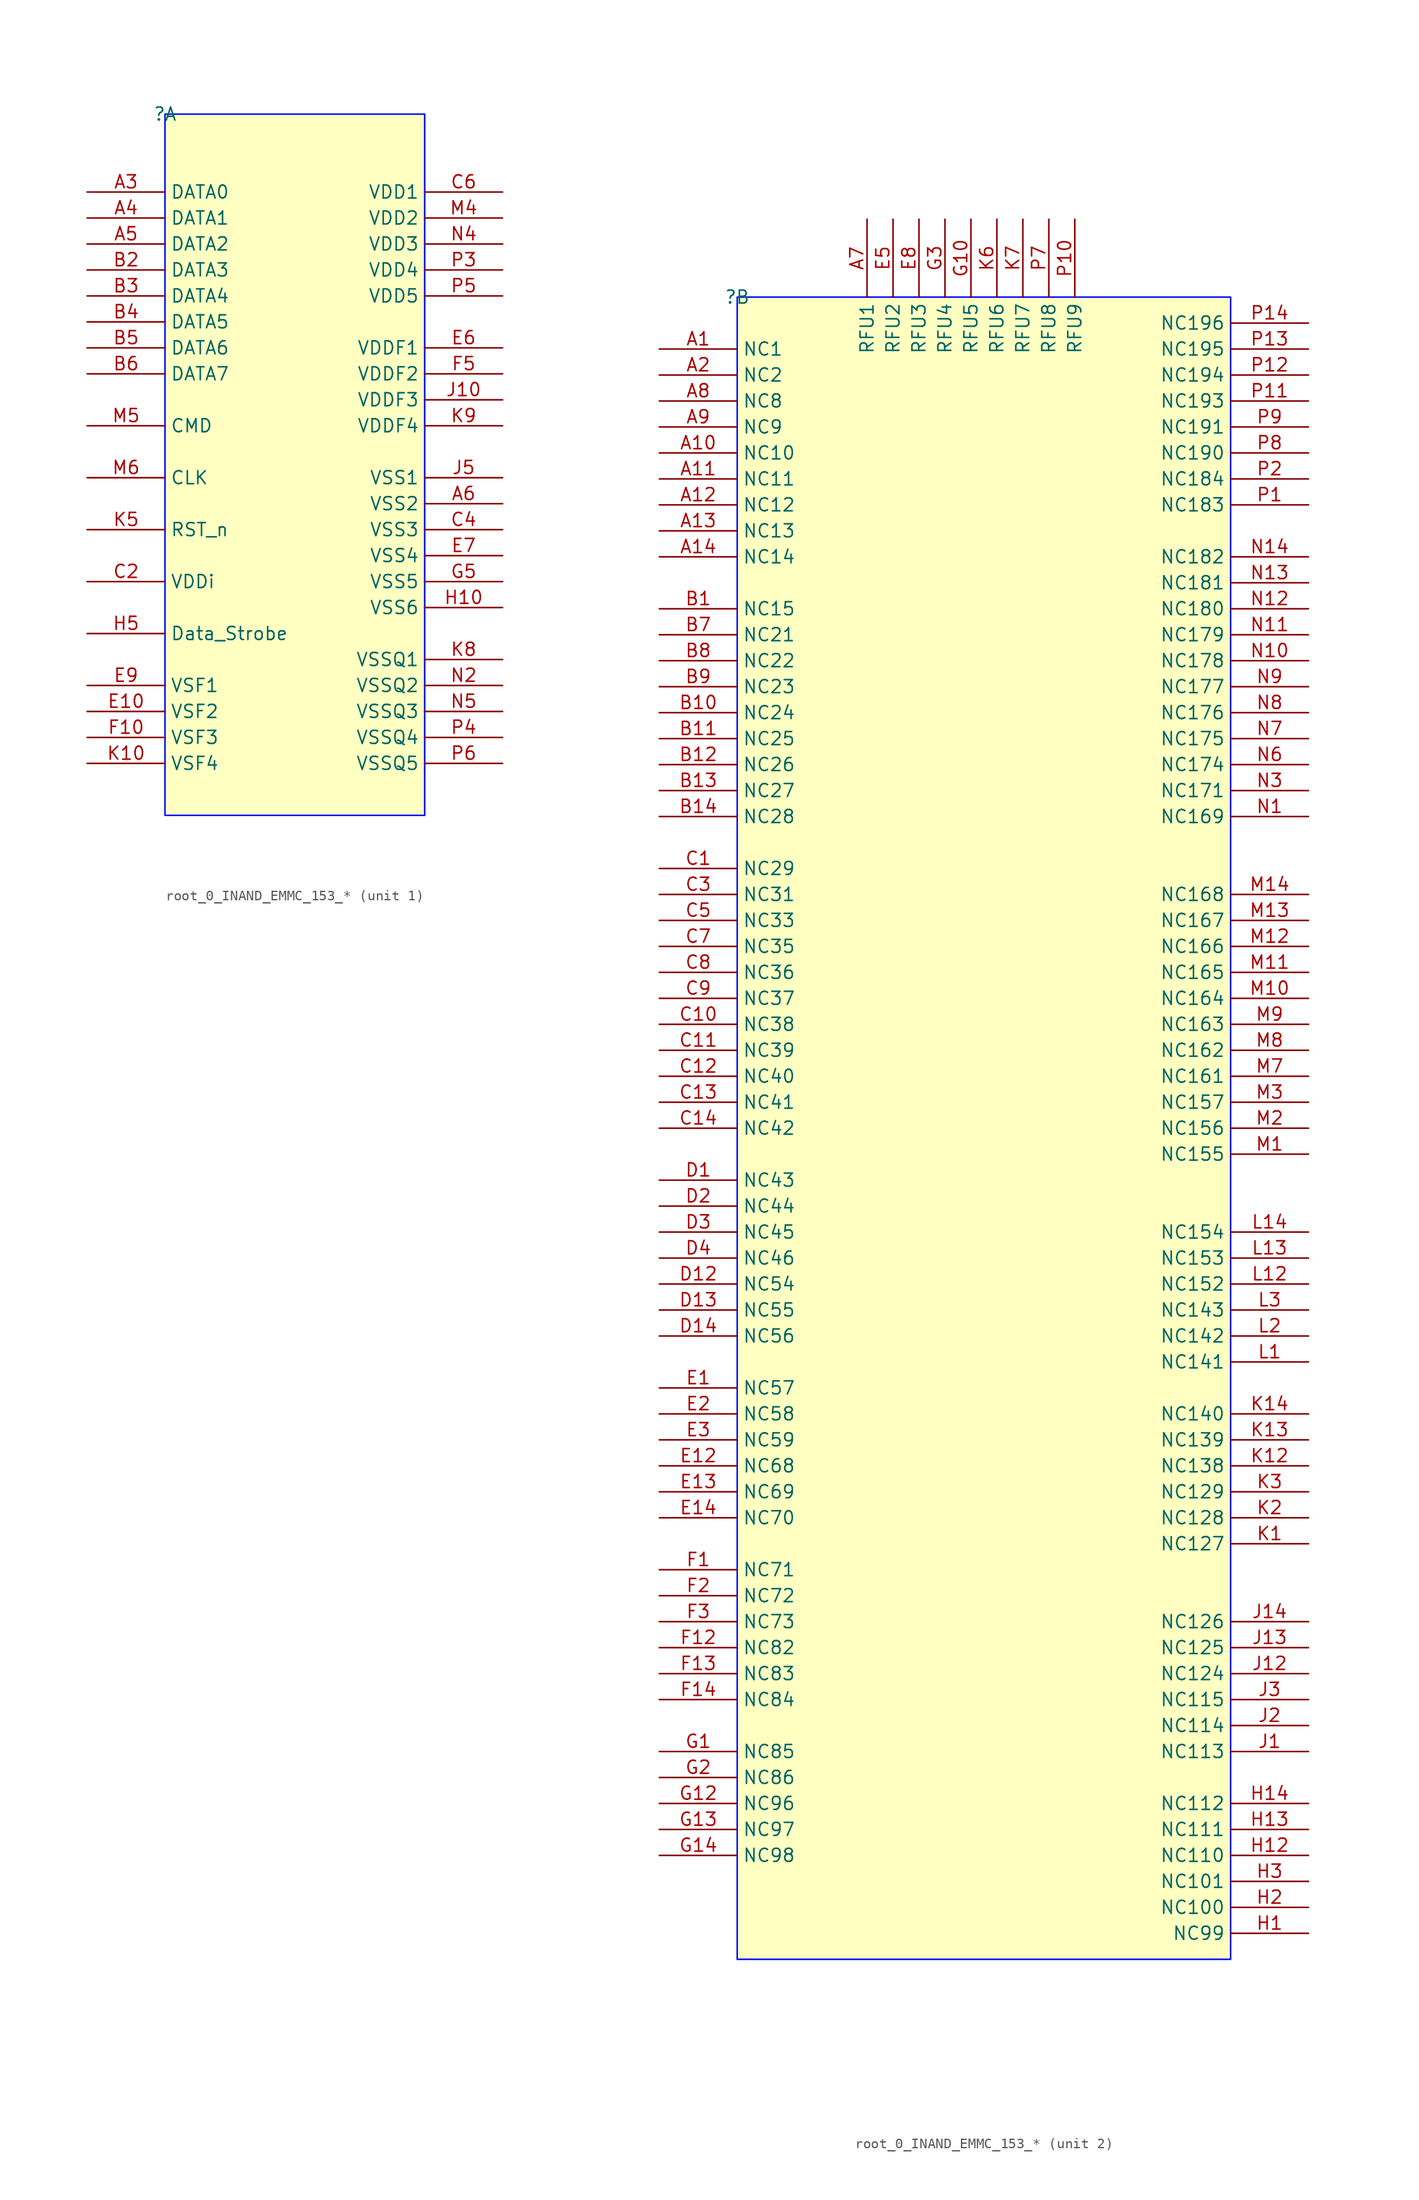
<source format=kicad_sym>
(kicad_symbol_lib
  (version 20241209)
  (generator "kicad_symbol_editor")
  (generator_version "9.0")
  (symbol "root_0_INAND_EMMC_153_*"
    (property "Reference" ""
      (at 0 0 0)
      (effects (font (size 1.27 1.27))))
    (property "Value" ""
      (at 0 0 0)
      (effects (font (size 1.27 1.27))))
    (symbol "root_0_INAND_EMMC_153_*_1_0"
      (rectangle (start 25.4 0) (end 0 -68.58) (stroke (width 0) (type solid) (color 0 11 255 1)) (fill (type background)))
      (pin passive line (at -7.62 -7.62 0) (length 7.62) (name "DATA0" (effects (font (size 1.27 1.27)))) (number "A3" (effects (font (size 1.27 1.27)))))
      (pin passive line (at -7.62 -10.16 0) (length 7.62) (name "DATA1" (effects (font (size 1.27 1.27)))) (number "A4" (effects (font (size 1.27 1.27)))))
      (pin passive line (at -7.62 -12.7 0) (length 7.62) (name "DATA2" (effects (font (size 1.27 1.27)))) (number "A5" (effects (font (size 1.27 1.27)))))
      (pin passive line (at -7.62 -15.24 0) (length 7.62) (name "DATA3" (effects (font (size 1.27 1.27)))) (number "B2" (effects (font (size 1.27 1.27)))))
      (pin passive line (at -7.62 -17.78 0) (length 7.62) (name "DATA4" (effects (font (size 1.27 1.27)))) (number "B3" (effects (font (size 1.27 1.27)))))
      (pin passive line (at -7.62 -20.32 0) (length 7.62) (name "DATA5" (effects (font (size 1.27 1.27)))) (number "B4" (effects (font (size 1.27 1.27)))))
      (pin passive line (at -7.62 -22.86 0) (length 7.62) (name "DATA6" (effects (font (size 1.27 1.27)))) (number "B5" (effects (font (size 1.27 1.27)))))
      (pin passive line (at -7.62 -25.4 0) (length 7.62) (name "DATA7" (effects (font (size 1.27 1.27)))) (number "B6" (effects (font (size 1.27 1.27)))))
      (pin passive line (at -7.62 -30.48 0) (length 7.62) (name "CMD" (effects (font (size 1.27 1.27)))) (number "M5" (effects (font (size 1.27 1.27)))))
      (pin passive line (at -7.62 -35.56 0) (length 7.62) (name "CLK" (effects (font (size 1.27 1.27)))) (number "M6" (effects (font (size 1.27 1.27)))))
      (pin passive line (at -7.62 -40.64 0) (length 7.62) (name "RST_n" (effects (font (size 1.27 1.27)))) (number "K5" (effects (font (size 1.27 1.27)))))
      (pin passive line (at -7.62 -45.72 0) (length 7.62) (name "VDDi" (effects (font (size 1.27 1.27)))) (number "C2" (effects (font (size 1.27 1.27)))))
      (pin passive line (at -7.62 -50.8 0) (length 7.62) (name "Data_Strobe" (effects (font (size 1.27 1.27)))) (number "H5" (effects (font (size 1.27 1.27)))))
      (pin passive line (at -7.62 -55.88 0) (length 7.62) (name "VSF1" (effects (font (size 1.27 1.27)))) (number "E9" (effects (font (size 1.27 1.27)))))
      (pin passive line (at -7.62 -58.42 0) (length 7.62) (name "VSF2" (effects (font (size 1.27 1.27)))) (number "E10" (effects (font (size 1.27 1.27)))))
      (pin passive line (at -7.62 -60.96 0) (length 7.62) (name "VSF3" (effects (font (size 1.27 1.27)))) (number "F10" (effects (font (size 1.27 1.27)))))
      (pin passive line (at -7.62 -63.5 0) (length 7.62) (name "VSF4" (effects (font (size 1.27 1.27)))) (number "K10" (effects (font (size 1.27 1.27)))))
      (pin passive line (at 33.02 -7.62 180) (length 7.62) (name "VDD1" (effects (font (size 1.27 1.27)))) (number "C6" (effects (font (size 1.27 1.27)))))
      (pin passive line (at 33.02 -10.16 180) (length 7.62) (name "VDD2" (effects (font (size 1.27 1.27)))) (number "M4" (effects (font (size 1.27 1.27)))))
      (pin passive line (at 33.02 -12.7 180) (length 7.62) (name "VDD3" (effects (font (size 1.27 1.27)))) (number "N4" (effects (font (size 1.27 1.27)))))
      (pin passive line (at 33.02 -15.24 180) (length 7.62) (name "VDD4" (effects (font (size 1.27 1.27)))) (number "P3" (effects (font (size 1.27 1.27)))))
      (pin passive line (at 33.02 -17.78 180) (length 7.62) (name "VDD5" (effects (font (size 1.27 1.27)))) (number "P5" (effects (font (size 1.27 1.27)))))
      (pin passive line (at 33.02 -22.86 180) (length 7.62) (name "VDDF1" (effects (font (size 1.27 1.27)))) (number "E6" (effects (font (size 1.27 1.27)))))
      (pin passive line (at 33.02 -25.4 180) (length 7.62) (name "VDDF2" (effects (font (size 1.27 1.27)))) (number "F5" (effects (font (size 1.27 1.27)))))
      (pin passive line (at 33.02 -27.94 180) (length 7.62) (name "VDDF3" (effects (font (size 1.27 1.27)))) (number "J10" (effects (font (size 1.27 1.27)))))
      (pin passive line (at 33.02 -30.48 180) (length 7.62) (name "VDDF4" (effects (font (size 1.27 1.27)))) (number "K9" (effects (font (size 1.27 1.27)))))
      (pin passive line (at 33.02 -35.56 180) (length 7.62) (name "VSS1" (effects (font (size 1.27 1.27)))) (number "J5" (effects (font (size 1.27 1.27)))))
      (pin passive line (at 33.02 -38.1 180) (length 7.62) (name "VSS2" (effects (font (size 1.27 1.27)))) (number "A6" (effects (font (size 1.27 1.27)))))
      (pin passive line (at 33.02 -40.64 180) (length 7.62) (name "VSS3" (effects (font (size 1.27 1.27)))) (number "C4" (effects (font (size 1.27 1.27)))))
      (pin passive line (at 33.02 -43.18 180) (length 7.62) (name "VSS4" (effects (font (size 1.27 1.27)))) (number "E7" (effects (font (size 1.27 1.27)))))
      (pin passive line (at 33.02 -45.72 180) (length 7.62) (name "VSS5" (effects (font (size 1.27 1.27)))) (number "G5" (effects (font (size 1.27 1.27)))))
      (pin passive line (at 33.02 -48.26 180) (length 7.62) (name "VSS6" (effects (font (size 1.27 1.27)))) (number "H10" (effects (font (size 1.27 1.27)))))
      (pin passive line (at 33.02 -53.34 180) (length 7.62) (name "VSSQ1" (effects (font (size 1.27 1.27)))) (number "K8" (effects (font (size 1.27 1.27)))))
      (pin passive line (at 33.02 -55.88 180) (length 7.62) (name "VSSQ2" (effects (font (size 1.27 1.27)))) (number "N2" (effects (font (size 1.27 1.27)))))
      (pin passive line (at 33.02 -58.42 180) (length 7.62) (name "VSSQ3" (effects (font (size 1.27 1.27)))) (number "N5" (effects (font (size 1.27 1.27)))))
      (pin passive line (at 33.02 -60.96 180) (length 7.62) (name "VSSQ4" (effects (font (size 1.27 1.27)))) (number "P4" (effects (font (size 1.27 1.27)))))
      (pin passive line (at 33.02 -63.5 180) (length 7.62) (name "VSSQ5" (effects (font (size 1.27 1.27)))) (number "P6" (effects (font (size 1.27 1.27))))))
    (symbol "root_0_INAND_EMMC_153_*_2_0"
      (rectangle (start 48.26 0) (end 0 -162.56) (stroke (width 0) (type solid) (color 0 11 255 1)) (fill (type background)))
      (pin passive line (at -7.62 -5.08 0) (length 7.62) (name "NC1" (effects (font (size 1.27 1.27)))) (number "A1" (effects (font (size 1.27 1.27)))))
      (pin passive line (at -7.62 -7.62 0) (length 7.62) (name "NC2" (effects (font (size 1.27 1.27)))) (number "A2" (effects (font (size 1.27 1.27)))))
      (pin passive line (at -7.62 -10.16 0) (length 7.62) (name "NC8" (effects (font (size 1.27 1.27)))) (number "A8" (effects (font (size 1.27 1.27)))))
      (pin passive line (at -7.62 -12.7 0) (length 7.62) (name "NC9" (effects (font (size 1.27 1.27)))) (number "A9" (effects (font (size 1.27 1.27)))))
      (pin passive line (at -7.62 -15.24 0) (length 7.62) (name "NC10" (effects (font (size 1.27 1.27)))) (number "A10" (effects (font (size 1.27 1.27)))))
      (pin passive line (at -7.62 -17.78 0) (length 7.62) (name "NC11" (effects (font (size 1.27 1.27)))) (number "A11" (effects (font (size 1.27 1.27)))))
      (pin passive line (at -7.62 -20.32 0) (length 7.62) (name "NC12" (effects (font (size 1.27 1.27)))) (number "A12" (effects (font (size 1.27 1.27)))))
      (pin passive line (at -7.62 -22.86 0) (length 7.62) (name "NC13" (effects (font (size 1.27 1.27)))) (number "A13" (effects (font (size 1.27 1.27)))))
      (pin passive line (at -7.62 -25.4 0) (length 7.62) (name "NC14" (effects (font (size 1.27 1.27)))) (number "A14" (effects (font (size 1.27 1.27)))))
      (pin passive line (at -7.62 -30.48 0) (length 7.62) (name "NC15" (effects (font (size 1.27 1.27)))) (number "B1" (effects (font (size 1.27 1.27)))))
      (pin passive line (at -7.62 -33.02 0) (length 7.62) (name "NC21" (effects (font (size 1.27 1.27)))) (number "B7" (effects (font (size 1.27 1.27)))))
      (pin passive line (at -7.62 -35.56 0) (length 7.62) (name "NC22" (effects (font (size 1.27 1.27)))) (number "B8" (effects (font (size 1.27 1.27)))))
      (pin passive line (at -7.62 -38.1 0) (length 7.62) (name "NC23" (effects (font (size 1.27 1.27)))) (number "B9" (effects (font (size 1.27 1.27)))))
      (pin passive line (at -7.62 -40.64 0) (length 7.62) (name "NC24" (effects (font (size 1.27 1.27)))) (number "B10" (effects (font (size 1.27 1.27)))))
      (pin passive line (at -7.62 -43.18 0) (length 7.62) (name "NC25" (effects (font (size 1.27 1.27)))) (number "B11" (effects (font (size 1.27 1.27)))))
      (pin passive line (at -7.62 -45.72 0) (length 7.62) (name "NC26" (effects (font (size 1.27 1.27)))) (number "B12" (effects (font (size 1.27 1.27)))))
      (pin passive line (at -7.62 -48.26 0) (length 7.62) (name "NC27" (effects (font (size 1.27 1.27)))) (number "B13" (effects (font (size 1.27 1.27)))))
      (pin passive line (at -7.62 -50.8 0) (length 7.62) (name "NC28" (effects (font (size 1.27 1.27)))) (number "B14" (effects (font (size 1.27 1.27)))))
      (pin passive line (at -7.62 -55.88 0) (length 7.62) (name "NC29" (effects (font (size 1.27 1.27)))) (number "C1" (effects (font (size 1.27 1.27)))))
      (pin passive line (at -7.62 -58.42 0) (length 7.62) (name "NC31" (effects (font (size 1.27 1.27)))) (number "C3" (effects (font (size 1.27 1.27)))))
      (pin passive line (at -7.62 -60.96 0) (length 7.62) (name "NC33" (effects (font (size 1.27 1.27)))) (number "C5" (effects (font (size 1.27 1.27)))))
      (pin passive line (at -7.62 -63.5 0) (length 7.62) (name "NC35" (effects (font (size 1.27 1.27)))) (number "C7" (effects (font (size 1.27 1.27)))))
      (pin passive line (at -7.62 -66.04 0) (length 7.62) (name "NC36" (effects (font (size 1.27 1.27)))) (number "C8" (effects (font (size 1.27 1.27)))))
      (pin passive line (at -7.62 -68.58 0) (length 7.62) (name "NC37" (effects (font (size 1.27 1.27)))) (number "C9" (effects (font (size 1.27 1.27)))))
      (pin passive line (at -7.62 -71.12 0) (length 7.62) (name "NC38" (effects (font (size 1.27 1.27)))) (number "C10" (effects (font (size 1.27 1.27)))))
      (pin passive line (at -7.62 -73.66 0) (length 7.62) (name "NC39" (effects (font (size 1.27 1.27)))) (number "C11" (effects (font (size 1.27 1.27)))))
      (pin passive line (at -7.62 -76.2 0) (length 7.62) (name "NC40" (effects (font (size 1.27 1.27)))) (number "C12" (effects (font (size 1.27 1.27)))))
      (pin passive line (at -7.62 -78.74 0) (length 7.62) (name "NC41" (effects (font (size 1.27 1.27)))) (number "C13" (effects (font (size 1.27 1.27)))))
      (pin passive line (at -7.62 -81.28 0) (length 7.62) (name "NC42" (effects (font (size 1.27 1.27)))) (number "C14" (effects (font (size 1.27 1.27)))))
      (pin passive line (at -7.62 -86.36 0) (length 7.62) (name "NC43" (effects (font (size 1.27 1.27)))) (number "D1" (effects (font (size 1.27 1.27)))))
      (pin passive line (at -7.62 -88.9 0) (length 7.62) (name "NC44" (effects (font (size 1.27 1.27)))) (number "D2" (effects (font (size 1.27 1.27)))))
      (pin passive line (at -7.62 -91.44 0) (length 7.62) (name "NC45" (effects (font (size 1.27 1.27)))) (number "D3" (effects (font (size 1.27 1.27)))))
      (pin passive line (at -7.62 -93.98 0) (length 7.62) (name "NC46" (effects (font (size 1.27 1.27)))) (number "D4" (effects (font (size 1.27 1.27)))))
      (pin passive line (at -7.62 -96.52 0) (length 7.62) (name "NC54" (effects (font (size 1.27 1.27)))) (number "D12" (effects (font (size 1.27 1.27)))))
      (pin passive line (at -7.62 -99.06 0) (length 7.62) (name "NC55" (effects (font (size 1.27 1.27)))) (number "D13" (effects (font (size 1.27 1.27)))))
      (pin passive line (at -7.62 -101.6 0) (length 7.62) (name "NC56" (effects (font (size 1.27 1.27)))) (number "D14" (effects (font (size 1.27 1.27)))))
      (pin passive line (at -7.62 -106.68 0) (length 7.62) (name "NC57" (effects (font (size 1.27 1.27)))) (number "E1" (effects (font (size 1.27 1.27)))))
      (pin passive line (at -7.62 -109.22 0) (length 7.62) (name "NC58" (effects (font (size 1.27 1.27)))) (number "E2" (effects (font (size 1.27 1.27)))))
      (pin passive line (at -7.62 -111.76 0) (length 7.62) (name "NC59" (effects (font (size 1.27 1.27)))) (number "E3" (effects (font (size 1.27 1.27)))))
      (pin passive line (at -7.62 -114.3 0) (length 7.62) (name "NC68" (effects (font (size 1.27 1.27)))) (number "E12" (effects (font (size 1.27 1.27)))))
      (pin passive line (at -7.62 -116.84 0) (length 7.62) (name "NC69" (effects (font (size 1.27 1.27)))) (number "E13" (effects (font (size 1.27 1.27)))))
      (pin passive line (at -7.62 -119.38 0) (length 7.62) (name "NC70" (effects (font (size 1.27 1.27)))) (number "E14" (effects (font (size 1.27 1.27)))))
      (pin passive line (at -7.62 -124.46 0) (length 7.62) (name "NC71" (effects (font (size 1.27 1.27)))) (number "F1" (effects (font (size 1.27 1.27)))))
      (pin passive line (at -7.62 -127 0) (length 7.62) (name "NC72" (effects (font (size 1.27 1.27)))) (number "F2" (effects (font (size 1.27 1.27)))))
      (pin passive line (at -7.62 -129.54 0) (length 7.62) (name "NC73" (effects (font (size 1.27 1.27)))) (number "F3" (effects (font (size 1.27 1.27)))))
      (pin passive line (at -7.62 -132.08 0) (length 7.62) (name "NC82" (effects (font (size 1.27 1.27)))) (number "F12" (effects (font (size 1.27 1.27)))))
      (pin passive line (at -7.62 -134.62 0) (length 7.62) (name "NC83" (effects (font (size 1.27 1.27)))) (number "F13" (effects (font (size 1.27 1.27)))))
      (pin passive line (at -7.62 -137.16 0) (length 7.62) (name "NC84" (effects (font (size 1.27 1.27)))) (number "F14" (effects (font (size 1.27 1.27)))))
      (pin passive line (at -7.62 -142.24 0) (length 7.62) (name "NC85" (effects (font (size 1.27 1.27)))) (number "G1" (effects (font (size 1.27 1.27)))))
      (pin passive line (at -7.62 -144.78 0) (length 7.62) (name "NC86" (effects (font (size 1.27 1.27)))) (number "G2" (effects (font (size 1.27 1.27)))))
      (pin passive line (at -7.62 -147.32 0) (length 7.62) (name "NC96" (effects (font (size 1.27 1.27)))) (number "G12" (effects (font (size 1.27 1.27)))))
      (pin passive line (at -7.62 -149.86 0) (length 7.62) (name "NC97" (effects (font (size 1.27 1.27)))) (number "G13" (effects (font (size 1.27 1.27)))))
      (pin passive line (at -7.62 -152.4 0) (length 7.62) (name "NC98" (effects (font (size 1.27 1.27)))) (number "G14" (effects (font (size 1.27 1.27)))))
      (pin passive line (at 12.7 7.62 270) (length 7.62) (name "RFU1" (effects (font (size 1.27 1.27)))) (number "A7" (effects (font (size 1.27 1.27)))))
      (pin passive line (at 15.24 7.62 270) (length 7.62) (name "RFU2" (effects (font (size 1.27 1.27)))) (number "E5" (effects (font (size 1.27 1.27)))))
      (pin passive line (at 17.78 7.62 270) (length 7.62) (name "RFU3" (effects (font (size 1.27 1.27)))) (number "E8" (effects (font (size 1.27 1.27)))))
      (pin passive line (at 20.32 7.62 270) (length 7.62) (name "RFU4" (effects (font (size 1.27 1.27)))) (number "G3" (effects (font (size 1.27 1.27)))))
      (pin passive line (at 22.86 7.62 270) (length 7.62) (name "RFU5" (effects (font (size 1.27 1.27)))) (number "G10" (effects (font (size 1.27 1.27)))))
      (pin passive line (at 25.4 7.62 270) (length 7.62) (name "RFU6" (effects (font (size 1.27 1.27)))) (number "K6" (effects (font (size 1.27 1.27)))))
      (pin passive line (at 27.94 7.62 270) (length 7.62) (name "RFU7" (effects (font (size 1.27 1.27)))) (number "K7" (effects (font (size 1.27 1.27)))))
      (pin passive line (at 30.48 7.62 270) (length 7.62) (name "RFU8" (effects (font (size 1.27 1.27)))) (number "P7" (effects (font (size 1.27 1.27)))))
      (pin passive line (at 33.02 7.62 270) (length 7.62) (name "RFU9" (effects (font (size 1.27 1.27)))) (number "P10" (effects (font (size 1.27 1.27)))))
      (pin passive line (at 55.88 -2.54 180) (length 7.62) (name "NC196" (effects (font (size 1.27 1.27)))) (number "P14" (effects (font (size 1.27 1.27)))))
      (pin passive line (at 55.88 -5.08 180) (length 7.62) (name "NC195" (effects (font (size 1.27 1.27)))) (number "P13" (effects (font (size 1.27 1.27)))))
      (pin passive line (at 55.88 -7.62 180) (length 7.62) (name "NC194" (effects (font (size 1.27 1.27)))) (number "P12" (effects (font (size 1.27 1.27)))))
      (pin passive line (at 55.88 -10.16 180) (length 7.62) (name "NC193" (effects (font (size 1.27 1.27)))) (number "P11" (effects (font (size 1.27 1.27)))))
      (pin passive line (at 55.88 -12.7 180) (length 7.62) (name "NC191" (effects (font (size 1.27 1.27)))) (number "P9" (effects (font (size 1.27 1.27)))))
      (pin passive line (at 55.88 -15.24 180) (length 7.62) (name "NC190" (effects (font (size 1.27 1.27)))) (number "P8" (effects (font (size 1.27 1.27)))))
      (pin passive line (at 55.88 -17.78 180) (length 7.62) (name "NC184" (effects (font (size 1.27 1.27)))) (number "P2" (effects (font (size 1.27 1.27)))))
      (pin passive line (at 55.88 -20.32 180) (length 7.62) (name "NC183" (effects (font (size 1.27 1.27)))) (number "P1" (effects (font (size 1.27 1.27)))))
      (pin passive line (at 55.88 -25.4 180) (length 7.62) (name "NC182" (effects (font (size 1.27 1.27)))) (number "N14" (effects (font (size 1.27 1.27)))))
      (pin passive line (at 55.88 -27.94 180) (length 7.62) (name "NC181" (effects (font (size 1.27 1.27)))) (number "N13" (effects (font (size 1.27 1.27)))))
      (pin passive line (at 55.88 -30.48 180) (length 7.62) (name "NC180" (effects (font (size 1.27 1.27)))) (number "N12" (effects (font (size 1.27 1.27)))))
      (pin passive line (at 55.88 -33.02 180) (length 7.62) (name "NC179" (effects (font (size 1.27 1.27)))) (number "N11" (effects (font (size 1.27 1.27)))))
      (pin passive line (at 55.88 -35.56 180) (length 7.62) (name "NC178" (effects (font (size 1.27 1.27)))) (number "N10" (effects (font (size 1.27 1.27)))))
      (pin passive line (at 55.88 -38.1 180) (length 7.62) (name "NC177" (effects (font (size 1.27 1.27)))) (number "N9" (effects (font (size 1.27 1.27)))))
      (pin passive line (at 55.88 -40.64 180) (length 7.62) (name "NC176" (effects (font (size 1.27 1.27)))) (number "N8" (effects (font (size 1.27 1.27)))))
      (pin passive line (at 55.88 -43.18 180) (length 7.62) (name "NC175" (effects (font (size 1.27 1.27)))) (number "N7" (effects (font (size 1.27 1.27)))))
      (pin passive line (at 55.88 -45.72 180) (length 7.62) (name "NC174" (effects (font (size 1.27 1.27)))) (number "N6" (effects (font (size 1.27 1.27)))))
      (pin passive line (at 55.88 -48.26 180) (length 7.62) (name "NC171" (effects (font (size 1.27 1.27)))) (number "N3" (effects (font (size 1.27 1.27)))))
      (pin passive line (at 55.88 -50.8 180) (length 7.62) (name "NC169" (effects (font (size 1.27 1.27)))) (number "N1" (effects (font (size 1.27 1.27)))))
      (pin passive line (at 55.88 -58.42 180) (length 7.62) (name "NC168" (effects (font (size 1.27 1.27)))) (number "M14" (effects (font (size 1.27 1.27)))))
      (pin passive line (at 55.88 -60.96 180) (length 7.62) (name "NC167" (effects (font (size 1.27 1.27)))) (number "M13" (effects (font (size 1.27 1.27)))))
      (pin passive line (at 55.88 -63.5 180) (length 7.62) (name "NC166" (effects (font (size 1.27 1.27)))) (number "M12" (effects (font (size 1.27 1.27)))))
      (pin passive line (at 55.88 -66.04 180) (length 7.62) (name "NC165" (effects (font (size 1.27 1.27)))) (number "M11" (effects (font (size 1.27 1.27)))))
      (pin passive line (at 55.88 -68.58 180) (length 7.62) (name "NC164" (effects (font (size 1.27 1.27)))) (number "M10" (effects (font (size 1.27 1.27)))))
      (pin passive line (at 55.88 -71.12 180) (length 7.62) (name "NC163" (effects (font (size 1.27 1.27)))) (number "M9" (effects (font (size 1.27 1.27)))))
      (pin passive line (at 55.88 -73.66 180) (length 7.62) (name "NC162" (effects (font (size 1.27 1.27)))) (number "M8" (effects (font (size 1.27 1.27)))))
      (pin passive line (at 55.88 -76.2 180) (length 7.62) (name "NC161" (effects (font (size 1.27 1.27)))) (number "M7" (effects (font (size 1.27 1.27)))))
      (pin passive line (at 55.88 -78.74 180) (length 7.62) (name "NC157" (effects (font (size 1.27 1.27)))) (number "M3" (effects (font (size 1.27 1.27)))))
      (pin passive line (at 55.88 -81.28 180) (length 7.62) (name "NC156" (effects (font (size 1.27 1.27)))) (number "M2" (effects (font (size 1.27 1.27)))))
      (pin passive line (at 55.88 -83.82 180) (length 7.62) (name "NC155" (effects (font (size 1.27 1.27)))) (number "M1" (effects (font (size 1.27 1.27)))))
      (pin passive line (at 55.88 -91.44 180) (length 7.62) (name "NC154" (effects (font (size 1.27 1.27)))) (number "L14" (effects (font (size 1.27 1.27)))))
      (pin passive line (at 55.88 -93.98 180) (length 7.62) (name "NC153" (effects (font (size 1.27 1.27)))) (number "L13" (effects (font (size 1.27 1.27)))))
      (pin passive line (at 55.88 -96.52 180) (length 7.62) (name "NC152" (effects (font (size 1.27 1.27)))) (number "L12" (effects (font (size 1.27 1.27)))))
      (pin passive line (at 55.88 -99.06 180) (length 7.62) (name "NC143" (effects (font (size 1.27 1.27)))) (number "L3" (effects (font (size 1.27 1.27)))))
      (pin passive line (at 55.88 -101.6 180) (length 7.62) (name "NC142" (effects (font (size 1.27 1.27)))) (number "L2" (effects (font (size 1.27 1.27)))))
      (pin passive line (at 55.88 -104.14 180) (length 7.62) (name "NC141" (effects (font (size 1.27 1.27)))) (number "L1" (effects (font (size 1.27 1.27)))))
      (pin passive line (at 55.88 -109.22 180) (length 7.62) (name "NC140" (effects (font (size 1.27 1.27)))) (number "K14" (effects (font (size 1.27 1.27)))))
      (pin passive line (at 55.88 -111.76 180) (length 7.62) (name "NC139" (effects (font (size 1.27 1.27)))) (number "K13" (effects (font (size 1.27 1.27)))))
      (pin passive line (at 55.88 -114.3 180) (length 7.62) (name "NC138" (effects (font (size 1.27 1.27)))) (number "K12" (effects (font (size 1.27 1.27)))))
      (pin passive line (at 55.88 -116.84 180) (length 7.62) (name "NC129" (effects (font (size 1.27 1.27)))) (number "K3" (effects (font (size 1.27 1.27)))))
      (pin passive line (at 55.88 -119.38 180) (length 7.62) (name "NC128" (effects (font (size 1.27 1.27)))) (number "K2" (effects (font (size 1.27 1.27)))))
      (pin passive line (at 55.88 -121.92 180) (length 7.62) (name "NC127" (effects (font (size 1.27 1.27)))) (number "K1" (effects (font (size 1.27 1.27)))))
      (pin passive line (at 55.88 -129.54 180) (length 7.62) (name "NC126" (effects (font (size 1.27 1.27)))) (number "J14" (effects (font (size 1.27 1.27)))))
      (pin passive line (at 55.88 -132.08 180) (length 7.62) (name "NC125" (effects (font (size 1.27 1.27)))) (number "J13" (effects (font (size 1.27 1.27)))))
      (pin passive line (at 55.88 -134.62 180) (length 7.62) (name "NC124" (effects (font (size 1.27 1.27)))) (number "J12" (effects (font (size 1.27 1.27)))))
      (pin passive line (at 55.88 -137.16 180) (length 7.62) (name "NC115" (effects (font (size 1.27 1.27)))) (number "J3" (effects (font (size 1.27 1.27)))))
      (pin passive line (at 55.88 -139.7 180) (length 7.62) (name "NC114" (effects (font (size 1.27 1.27)))) (number "J2" (effects (font (size 1.27 1.27)))))
      (pin passive line (at 55.88 -142.24 180) (length 7.62) (name "NC113" (effects (font (size 1.27 1.27)))) (number "J1" (effects (font (size 1.27 1.27)))))
      (pin passive line (at 55.88 -147.32 180) (length 7.62) (name "NC112" (effects (font (size 1.27 1.27)))) (number "H14" (effects (font (size 1.27 1.27)))))
      (pin passive line (at 55.88 -149.86 180) (length 7.62) (name "NC111" (effects (font (size 1.27 1.27)))) (number "H13" (effects (font (size 1.27 1.27)))))
      (pin passive line (at 55.88 -152.4 180) (length 7.62) (name "NC110" (effects (font (size 1.27 1.27)))) (number "H12" (effects (font (size 1.27 1.27)))))
      (pin passive line (at 55.88 -154.94 180) (length 7.62) (name "NC101" (effects (font (size 1.27 1.27)))) (number "H3" (effects (font (size 1.27 1.27)))))
      (pin passive line (at 55.88 -157.48 180) (length 7.62) (name "NC100" (effects (font (size 1.27 1.27)))) (number "H2" (effects (font (size 1.27 1.27)))))
      (pin passive line (at 55.88 -160.02 180) (length 7.62) (name "NC99" (effects (font (size 1.27 1.27)))) (number "H1" (effects (font (size 1.27 1.27))))))))
</source>
